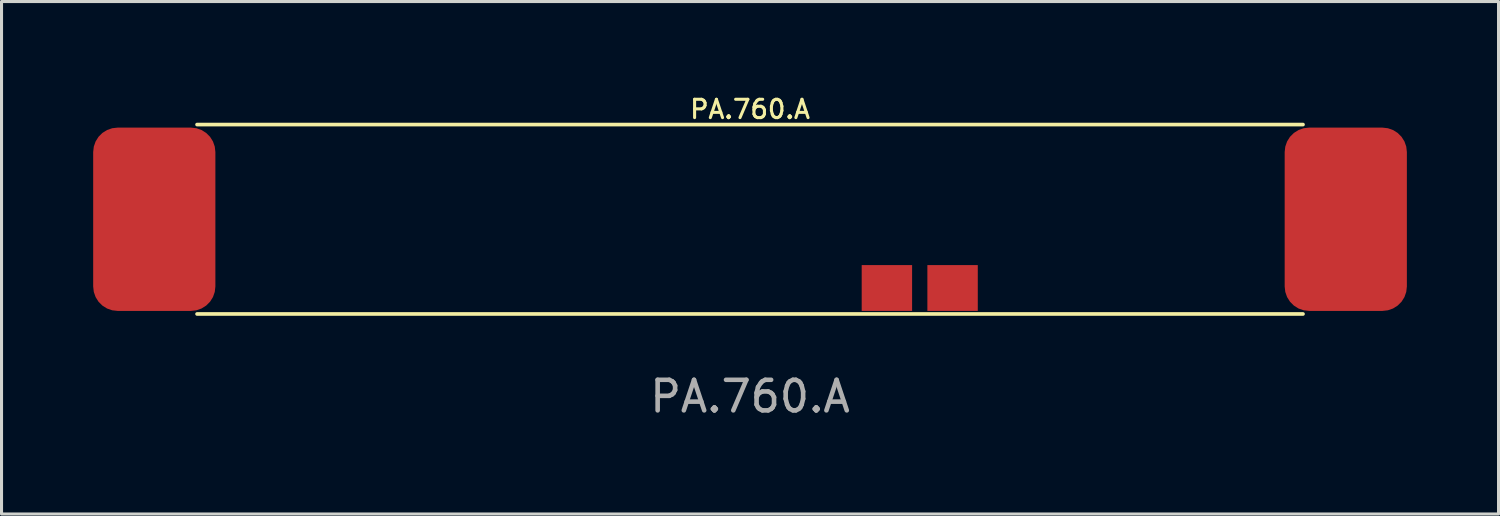
<source format=kicad_pcb>
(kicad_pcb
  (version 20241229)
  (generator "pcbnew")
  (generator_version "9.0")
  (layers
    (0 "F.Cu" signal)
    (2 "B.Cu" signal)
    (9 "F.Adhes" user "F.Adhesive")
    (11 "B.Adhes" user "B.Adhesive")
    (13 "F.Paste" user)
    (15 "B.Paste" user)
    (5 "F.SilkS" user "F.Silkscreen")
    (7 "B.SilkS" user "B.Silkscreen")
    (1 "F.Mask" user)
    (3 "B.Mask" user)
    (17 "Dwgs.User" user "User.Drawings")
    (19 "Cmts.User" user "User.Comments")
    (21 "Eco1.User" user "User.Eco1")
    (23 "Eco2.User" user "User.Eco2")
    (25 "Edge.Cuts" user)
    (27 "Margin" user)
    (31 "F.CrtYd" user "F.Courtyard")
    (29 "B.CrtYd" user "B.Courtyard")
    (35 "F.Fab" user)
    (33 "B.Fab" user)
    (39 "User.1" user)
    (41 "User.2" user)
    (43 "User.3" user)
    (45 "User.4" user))
  (footprint "PA.760.A"
    (layer "F.Cu")
    (at 21.5 4.127)
    (property "Reference" "PA.760.A" (at 0 -3.6 0) (unlocked yes) (layer "F.SilkS") (effects (font (size 0.6 0.6) (thickness 0.1))))
    (attr smd)
    (fp_line (start -18.1 3.1) (end 18.1 3.1) (stroke (width 0.12) (type solid)) (layer "F.SilkS"))
    (fp_line (start 18.1 -3.1) (end -18.1 -3.1) (stroke (width 0.12) (type solid)) (layer "F.SilkS"))
    (fp_text user "${REFERENCE}" (at 0 5.8 0) (unlocked yes) (layer "F.Fab") (effects (font (size 1 1) (thickness 0.15))))
    (pad "1" smd rect (at 6.63 2.25) (size 1.65 1.5) (layers "F.Cu" "F.Mask" "F.Paste"))
    (pad "2" smd rect (at 4.48 2.25) (size 1.65 1.5) (layers "F.Cu" "F.Mask" "F.Paste"))
    (pad "3" smd roundrect (at -19.5 0) (size 4 6) (layers "F.Cu" "F.Mask" "F.Paste") (roundrect_rratio 0.2))
    (pad "4" smd roundrect (at 19.5 0) (size 4 6) (layers "F.Cu" "F.Mask" "F.Paste") (roundrect_rratio 0.2)))
  (gr_rect
    (start -3 -3)
    (end 46 13.775)
    (stroke (width 0.1) (type default))
    (fill no)
    (layer "Edge.Cuts")))
</source>
